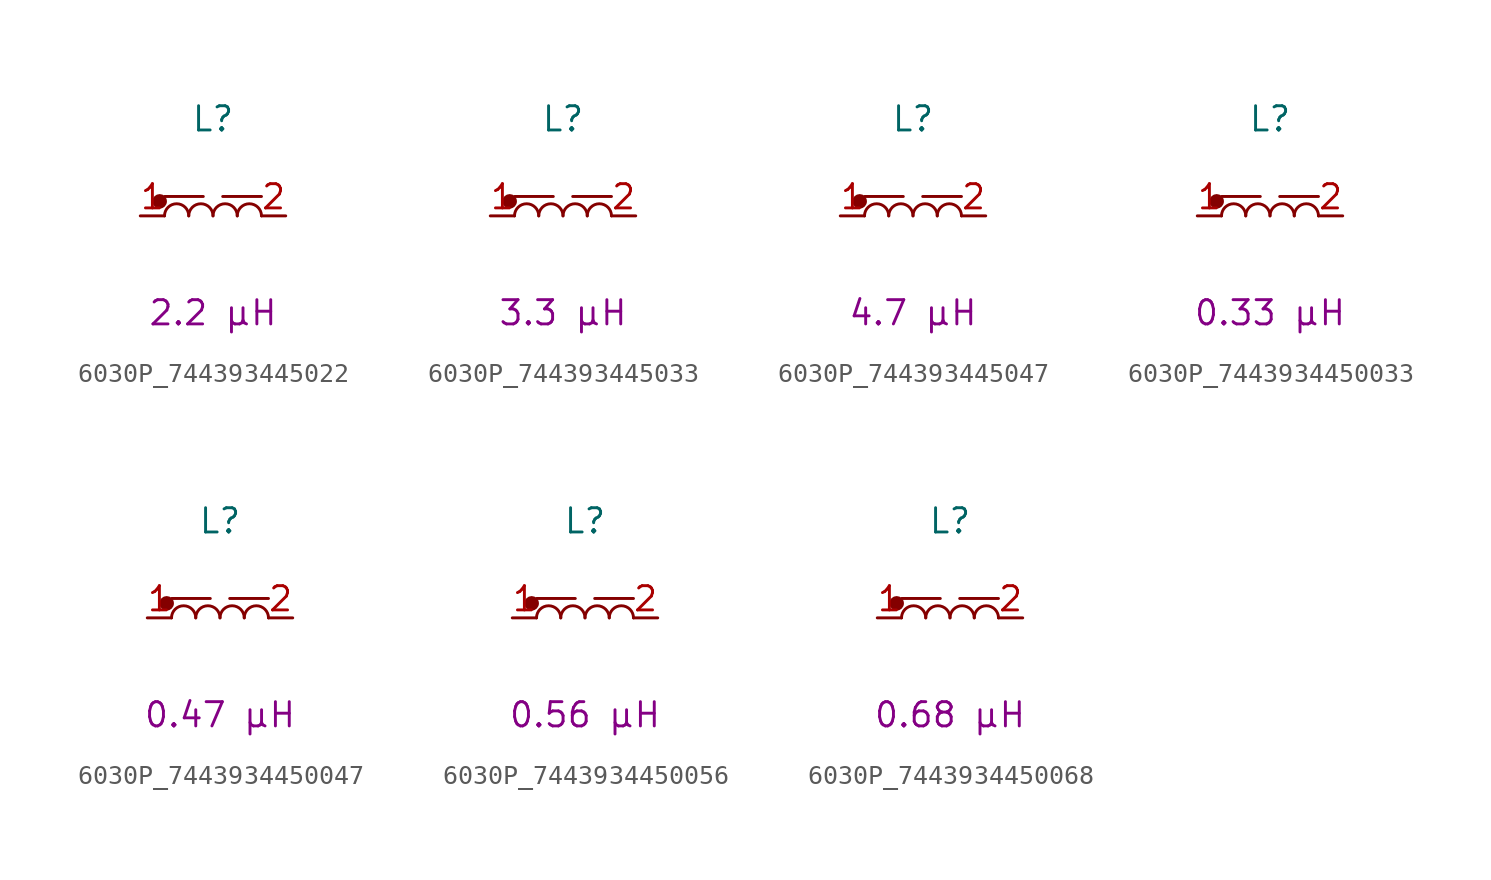
<source format=kicad_sym>
(kicad_symbol_lib
  (version 20220914)
  (generator kicad_symbol_editor)
  (symbol "6030P_744393445022"
    (pin_names hide)
    (property "Reference" "L"
      (at 0 5.08 0)
      (effects (font (size 1.27 1.27))))
    (property "Critical Parameter" "2.2 µH"
      (at 0 -5.08 0)
      (effects (font (size 1.27 1.27))))
    (symbol "6030P_744393445022_0_1"
      (arc (start -1.27 0) (mid -1.905 0.6323) (end -2.54 0) (stroke (width 0) (type default)) (fill (type none)))
      (arc (start 0 0) (mid -0.635 0.6323) (end -1.27 0) (stroke (width 0) (type default)) (fill (type none)))
      (polyline (pts (xy -2.54 1.016) (xy -0.508 1.016)) (stroke (width 0) (type default)) (fill (type none)))
      (arc (start 1.27 0) (mid 0.635 0.6323) (end 0 0) (stroke (width 0) (type default)) (fill (type none)))
      (arc (start 2.54 0) (mid 1.905 0.6323) (end 1.27 0) (stroke (width 0) (type default)) (fill (type none))))
    (symbol "6030P_744393445022_1_1"
      (circle (center -2.794 0.762) (radius 0.0001) (stroke (width 0.381) (type default)) (fill (type none)))
      (polyline (pts (xy 2.54 1.016) (xy 0.508 1.016)) (stroke (width 0) (type default)) (fill (type none)))
      (pin passive line (at -3.81 0 0) (length 1.27) (name "1" (effects (font (size 1.27 1.27)))) (number "1" (effects (font (size 1.27 1.27)))))
      (pin passive line (at 3.81 0 180) (length 1.27) (name "2" (effects (font (size 1.27 1.27)))) (number "2" (effects (font (size 1.27 1.27)))))))
  (symbol "6030P_744393445033"
    (pin_names hide)
    (property "Reference" "L"
      (at 0 5.08 0)
      (effects (font (size 1.27 1.27))))
    (property "Critical Parameter" "3.3 µH"
      (at 0 -5.08 0)
      (effects (font (size 1.27 1.27))))
    (symbol "6030P_744393445033_0_1"
      (arc (start -1.27 0) (mid -1.905 0.6323) (end -2.54 0) (stroke (width 0) (type default)) (fill (type none)))
      (arc (start 0 0) (mid -0.635 0.6323) (end -1.27 0) (stroke (width 0) (type default)) (fill (type none)))
      (polyline (pts (xy -2.54 1.016) (xy -0.508 1.016)) (stroke (width 0) (type default)) (fill (type none)))
      (arc (start 1.27 0) (mid 0.635 0.6323) (end 0 0) (stroke (width 0) (type default)) (fill (type none)))
      (arc (start 2.54 0) (mid 1.905 0.6323) (end 1.27 0) (stroke (width 0) (type default)) (fill (type none))))
    (symbol "6030P_744393445033_1_1"
      (circle (center -2.794 0.762) (radius 0.0001) (stroke (width 0.381) (type default)) (fill (type none)))
      (polyline (pts (xy 2.54 1.016) (xy 0.508 1.016)) (stroke (width 0) (type default)) (fill (type none)))
      (pin passive line (at -3.81 0 0) (length 1.27) (name "1" (effects (font (size 1.27 1.27)))) (number "1" (effects (font (size 1.27 1.27)))))
      (pin passive line (at 3.81 0 180) (length 1.27) (name "2" (effects (font (size 1.27 1.27)))) (number "2" (effects (font (size 1.27 1.27)))))))
  (symbol "6030P_744393445047"
    (pin_names hide)
    (property "Reference" "L"
      (at 0 5.08 0)
      (effects (font (size 1.27 1.27))))
    (property "Critical Parameter" "4.7 µH"
      (at 0 -5.08 0)
      (effects (font (size 1.27 1.27))))
    (symbol "6030P_744393445047_0_1"
      (arc (start -1.27 0) (mid -1.905 0.6323) (end -2.54 0) (stroke (width 0) (type default)) (fill (type none)))
      (arc (start 0 0) (mid -0.635 0.6323) (end -1.27 0) (stroke (width 0) (type default)) (fill (type none)))
      (polyline (pts (xy -2.54 1.016) (xy -0.508 1.016)) (stroke (width 0) (type default)) (fill (type none)))
      (arc (start 1.27 0) (mid 0.635 0.6323) (end 0 0) (stroke (width 0) (type default)) (fill (type none)))
      (arc (start 2.54 0) (mid 1.905 0.6323) (end 1.27 0) (stroke (width 0) (type default)) (fill (type none))))
    (symbol "6030P_744393445047_1_1"
      (circle (center -2.794 0.762) (radius 0.0001) (stroke (width 0.381) (type default)) (fill (type none)))
      (polyline (pts (xy 2.54 1.016) (xy 0.508 1.016)) (stroke (width 0) (type default)) (fill (type none)))
      (pin passive line (at -3.81 0 0) (length 1.27) (name "1" (effects (font (size 1.27 1.27)))) (number "1" (effects (font (size 1.27 1.27)))))
      (pin passive line (at 3.81 0 180) (length 1.27) (name "2" (effects (font (size 1.27 1.27)))) (number "2" (effects (font (size 1.27 1.27)))))))
  (symbol "6030P_7443934450033"
    (pin_names hide)
    (property "Reference" "L"
      (at 0 5.08 0)
      (effects (font (size 1.27 1.27))))
    (property "Critical Parameter" "0.33 µH"
      (at 0 -5.08 0)
      (effects (font (size 1.27 1.27))))
    (symbol "6030P_7443934450033_0_1"
      (arc (start -1.27 0) (mid -1.905 0.6323) (end -2.54 0) (stroke (width 0) (type default)) (fill (type none)))
      (arc (start 0 0) (mid -0.635 0.6323) (end -1.27 0) (stroke (width 0) (type default)) (fill (type none)))
      (polyline (pts (xy -2.54 1.016) (xy -0.508 1.016)) (stroke (width 0) (type default)) (fill (type none)))
      (arc (start 1.27 0) (mid 0.635 0.6323) (end 0 0) (stroke (width 0) (type default)) (fill (type none)))
      (arc (start 2.54 0) (mid 1.905 0.6323) (end 1.27 0) (stroke (width 0) (type default)) (fill (type none))))
    (symbol "6030P_7443934450033_1_1"
      (circle (center -2.794 0.762) (radius 0.0001) (stroke (width 0.381) (type default)) (fill (type none)))
      (polyline (pts (xy 2.54 1.016) (xy 0.508 1.016)) (stroke (width 0) (type default)) (fill (type none)))
      (pin passive line (at -3.81 0 0) (length 1.27) (name "1" (effects (font (size 1.27 1.27)))) (number "1" (effects (font (size 1.27 1.27)))))
      (pin passive line (at 3.81 0 180) (length 1.27) (name "2" (effects (font (size 1.27 1.27)))) (number "2" (effects (font (size 1.27 1.27)))))))
  (symbol "6030P_7443934450047"
    (pin_names hide)
    (property "Reference" "L"
      (at 0 5.08 0)
      (effects (font (size 1.27 1.27))))
    (property "Critical Parameter" "0.47 µH"
      (at 0 -5.08 0)
      (effects (font (size 1.27 1.27))))
    (symbol "6030P_7443934450047_0_1"
      (arc (start -1.27 0) (mid -1.905 0.6323) (end -2.54 0) (stroke (width 0) (type default)) (fill (type none)))
      (arc (start 0 0) (mid -0.635 0.6323) (end -1.27 0) (stroke (width 0) (type default)) (fill (type none)))
      (polyline (pts (xy -2.54 1.016) (xy -0.508 1.016)) (stroke (width 0) (type default)) (fill (type none)))
      (arc (start 1.27 0) (mid 0.635 0.6323) (end 0 0) (stroke (width 0) (type default)) (fill (type none)))
      (arc (start 2.54 0) (mid 1.905 0.6323) (end 1.27 0) (stroke (width 0) (type default)) (fill (type none))))
    (symbol "6030P_7443934450047_1_1"
      (circle (center -2.794 0.762) (radius 0.0001) (stroke (width 0.381) (type default)) (fill (type none)))
      (polyline (pts (xy 2.54 1.016) (xy 0.508 1.016)) (stroke (width 0) (type default)) (fill (type none)))
      (pin passive line (at -3.81 0 0) (length 1.27) (name "1" (effects (font (size 1.27 1.27)))) (number "1" (effects (font (size 1.27 1.27)))))
      (pin passive line (at 3.81 0 180) (length 1.27) (name "2" (effects (font (size 1.27 1.27)))) (number "2" (effects (font (size 1.27 1.27)))))))
  (symbol "6030P_7443934450056"
    (pin_names hide)
    (property "Reference" "L"
      (at 0 5.08 0)
      (effects (font (size 1.27 1.27))))
    (property "Critical Parameter" "0.56 µH"
      (at 0 -5.08 0)
      (effects (font (size 1.27 1.27))))
    (symbol "6030P_7443934450056_0_1"
      (arc (start -1.27 0) (mid -1.905 0.6323) (end -2.54 0) (stroke (width 0) (type default)) (fill (type none)))
      (arc (start 0 0) (mid -0.635 0.6323) (end -1.27 0) (stroke (width 0) (type default)) (fill (type none)))
      (polyline (pts (xy -2.54 1.016) (xy -0.508 1.016)) (stroke (width 0) (type default)) (fill (type none)))
      (arc (start 1.27 0) (mid 0.635 0.6323) (end 0 0) (stroke (width 0) (type default)) (fill (type none)))
      (arc (start 2.54 0) (mid 1.905 0.6323) (end 1.27 0) (stroke (width 0) (type default)) (fill (type none))))
    (symbol "6030P_7443934450056_1_1"
      (circle (center -2.794 0.762) (radius 0.0001) (stroke (width 0.381) (type default)) (fill (type none)))
      (polyline (pts (xy 2.54 1.016) (xy 0.508 1.016)) (stroke (width 0) (type default)) (fill (type none)))
      (pin passive line (at -3.81 0 0) (length 1.27) (name "1" (effects (font (size 1.27 1.27)))) (number "1" (effects (font (size 1.27 1.27)))))
      (pin passive line (at 3.81 0 180) (length 1.27) (name "2" (effects (font (size 1.27 1.27)))) (number "2" (effects (font (size 1.27 1.27)))))))
  (symbol "6030P_7443934450068"
    (pin_names hide)
    (property "Reference" "L"
      (at 0 5.08 0)
      (effects (font (size 1.27 1.27))))
    (property "Critical Parameter" "0.68 µH"
      (at 0 -5.08 0)
      (effects (font (size 1.27 1.27))))
    (symbol "6030P_7443934450068_0_1"
      (arc (start -1.27 0) (mid -1.905 0.6323) (end -2.54 0) (stroke (width 0) (type default)) (fill (type none)))
      (arc (start 0 0) (mid -0.635 0.6323) (end -1.27 0) (stroke (width 0) (type default)) (fill (type none)))
      (polyline (pts (xy -2.54 1.016) (xy -0.508 1.016)) (stroke (width 0) (type default)) (fill (type none)))
      (arc (start 1.27 0) (mid 0.635 0.6323) (end 0 0) (stroke (width 0) (type default)) (fill (type none)))
      (arc (start 2.54 0) (mid 1.905 0.6323) (end 1.27 0) (stroke (width 0) (type default)) (fill (type none))))
    (symbol "6030P_7443934450068_1_1"
      (circle (center -2.794 0.762) (radius 0.0001) (stroke (width 0.381) (type default)) (fill (type none)))
      (polyline (pts (xy 2.54 1.016) (xy 0.508 1.016)) (stroke (width 0) (type default)) (fill (type none)))
      (pin passive line (at -3.81 0 0) (length 1.27) (name "1" (effects (font (size 1.27 1.27)))) (number "1" (effects (font (size 1.27 1.27)))))
      (pin passive line (at 3.81 0 180) (length 1.27) (name "2" (effects (font (size 1.27 1.27)))) (number "2" (effects (font (size 1.27 1.27))))))))
</source>
